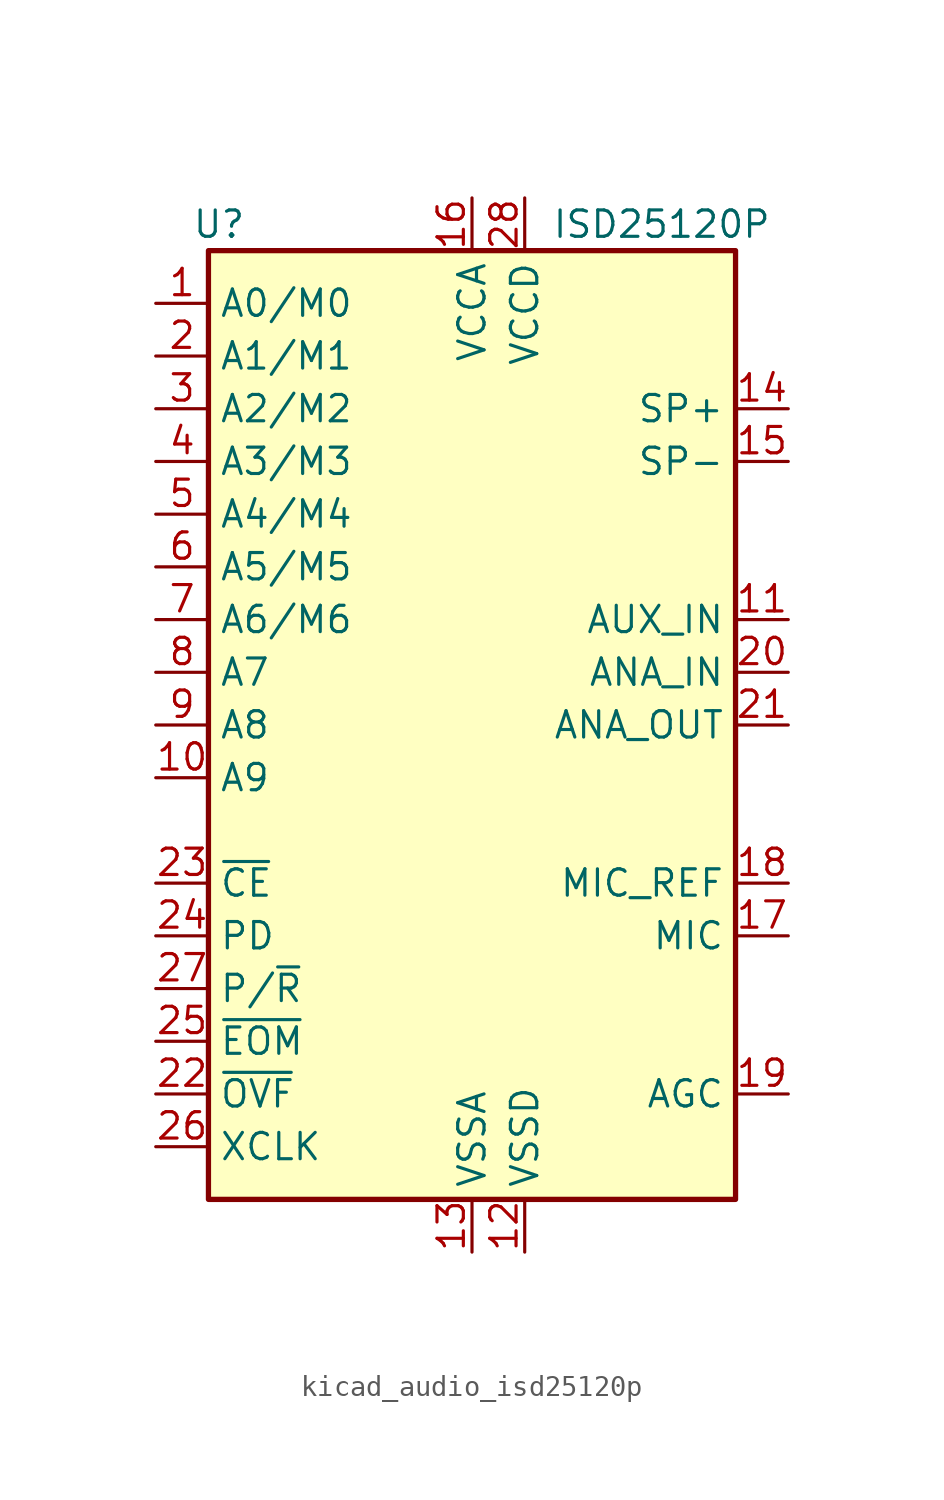
<source format=kicad_sym>
(kicad_symbol_lib
  (version 20220914)
  (generator kicad_symbol_editor)
  (symbol "kicad_audio_isd25120p"
    (property "Reference" "U"
      (at -12.192 24.13 0)
      (effects (font (size 1.27 1.27))))
    (property "Value" "ISD25120P"
      (at 9.144 24.13 0)
      (effects (font (size 1.27 1.27))))
    (symbol "kicad_audio_isd25120p_0_1"
      (rectangle (start -12.7 22.86) (end 12.7 -22.86) (stroke (width 0.254) (type default)) (fill (type background))))
    (symbol "kicad_audio_isd25120p_1_1"
      (pin input line (at -15.24 20.32 0) (length 2.54) (name "A0/M0" (effects (font (size 1.27 1.27)))) (number "1" (effects (font (size 1.27 1.27)))))
      (pin input line (at -15.24 -2.54 0) (length 2.54) (name "A9" (effects (font (size 1.27 1.27)))) (number "10" (effects (font (size 1.27 1.27)))))
      (pin input line (at 15.24 5.08 180) (length 2.54) (name "AUX_IN" (effects (font (size 1.27 1.27)))) (number "11" (effects (font (size 1.27 1.27)))))
      (pin power_in line (at 2.54 -25.4 90) (length 2.54) (name "VSSD" (effects (font (size 1.27 1.27)))) (number "12" (effects (font (size 1.27 1.27)))))
      (pin power_in line (at 0 -25.4 90) (length 2.54) (name "VSSA" (effects (font (size 1.27 1.27)))) (number "13" (effects (font (size 1.27 1.27)))))
      (pin output line (at 15.24 15.24 180) (length 2.54) (name "SP+" (effects (font (size 1.27 1.27)))) (number "14" (effects (font (size 1.27 1.27)))))
      (pin output line (at 15.24 12.7 180) (length 2.54) (name "SP-" (effects (font (size 1.27 1.27)))) (number "15" (effects (font (size 1.27 1.27)))))
      (pin power_in line (at 0 25.4 270) (length 2.54) (name "VCCA" (effects (font (size 1.27 1.27)))) (number "16" (effects (font (size 1.27 1.27)))))
      (pin input line (at 15.24 -10.16 180) (length 2.54) (name "MIC" (effects (font (size 1.27 1.27)))) (number "17" (effects (font (size 1.27 1.27)))))
      (pin passive line (at 15.24 -7.62 180) (length 2.54) (name "MIC_REF" (effects (font (size 1.27 1.27)))) (number "18" (effects (font (size 1.27 1.27)))))
      (pin passive line (at 15.24 -17.78 180) (length 2.54) (name "AGC" (effects (font (size 1.27 1.27)))) (number "19" (effects (font (size 1.27 1.27)))))
      (pin input line (at -15.24 17.78 0) (length 2.54) (name "A1/M1" (effects (font (size 1.27 1.27)))) (number "2" (effects (font (size 1.27 1.27)))))
      (pin input line (at 15.24 2.54 180) (length 2.54) (name "ANA_IN" (effects (font (size 1.27 1.27)))) (number "20" (effects (font (size 1.27 1.27)))))
      (pin output line (at 15.24 0 180) (length 2.54) (name "ANA_OUT" (effects (font (size 1.27 1.27)))) (number "21" (effects (font (size 1.27 1.27)))))
      (pin output line (at -15.24 -17.78 0) (length 2.54) (name "~{OVF}" (effects (font (size 1.27 1.27)))) (number "22" (effects (font (size 1.27 1.27)))))
      (pin input line (at -15.24 -7.62 0) (length 2.54) (name "~{CE}" (effects (font (size 1.27 1.27)))) (number "23" (effects (font (size 1.27 1.27)))))
      (pin input line (at -15.24 -10.16 0) (length 2.54) (name "PD" (effects (font (size 1.27 1.27)))) (number "24" (effects (font (size 1.27 1.27)))))
      (pin output line (at -15.24 -15.24 0) (length 2.54) (name "~{EOM}" (effects (font (size 1.27 1.27)))) (number "25" (effects (font (size 1.27 1.27)))))
      (pin input line (at -15.24 -20.32 0) (length 2.54) (name "XCLK" (effects (font (size 1.27 1.27)))) (number "26" (effects (font (size 1.27 1.27)))))
      (pin input line (at -15.24 -12.7 0) (length 2.54) (name "P/~{R}" (effects (font (size 1.27 1.27)))) (number "27" (effects (font (size 1.27 1.27)))))
      (pin power_in line (at 2.54 25.4 270) (length 2.54) (name "VCCD" (effects (font (size 1.27 1.27)))) (number "28" (effects (font (size 1.27 1.27)))))
      (pin input line (at -15.24 15.24 0) (length 2.54) (name "A2/M2" (effects (font (size 1.27 1.27)))) (number "3" (effects (font (size 1.27 1.27)))))
      (pin input line (at -15.24 12.7 0) (length 2.54) (name "A3/M3" (effects (font (size 1.27 1.27)))) (number "4" (effects (font (size 1.27 1.27)))))
      (pin input line (at -15.24 10.16 0) (length 2.54) (name "A4/M4" (effects (font (size 1.27 1.27)))) (number "5" (effects (font (size 1.27 1.27)))))
      (pin input line (at -15.24 7.62 0) (length 2.54) (name "A5/M5" (effects (font (size 1.27 1.27)))) (number "6" (effects (font (size 1.27 1.27)))))
      (pin input line (at -15.24 5.08 0) (length 2.54) (name "A6/M6" (effects (font (size 1.27 1.27)))) (number "7" (effects (font (size 1.27 1.27)))))
      (pin input line (at -15.24 2.54 0) (length 2.54) (name "A7" (effects (font (size 1.27 1.27)))) (number "8" (effects (font (size 1.27 1.27)))))
      (pin input line (at -15.24 0 0) (length 2.54) (name "A8" (effects (font (size 1.27 1.27)))) (number "9" (effects (font (size 1.27 1.27))))))))
</source>
